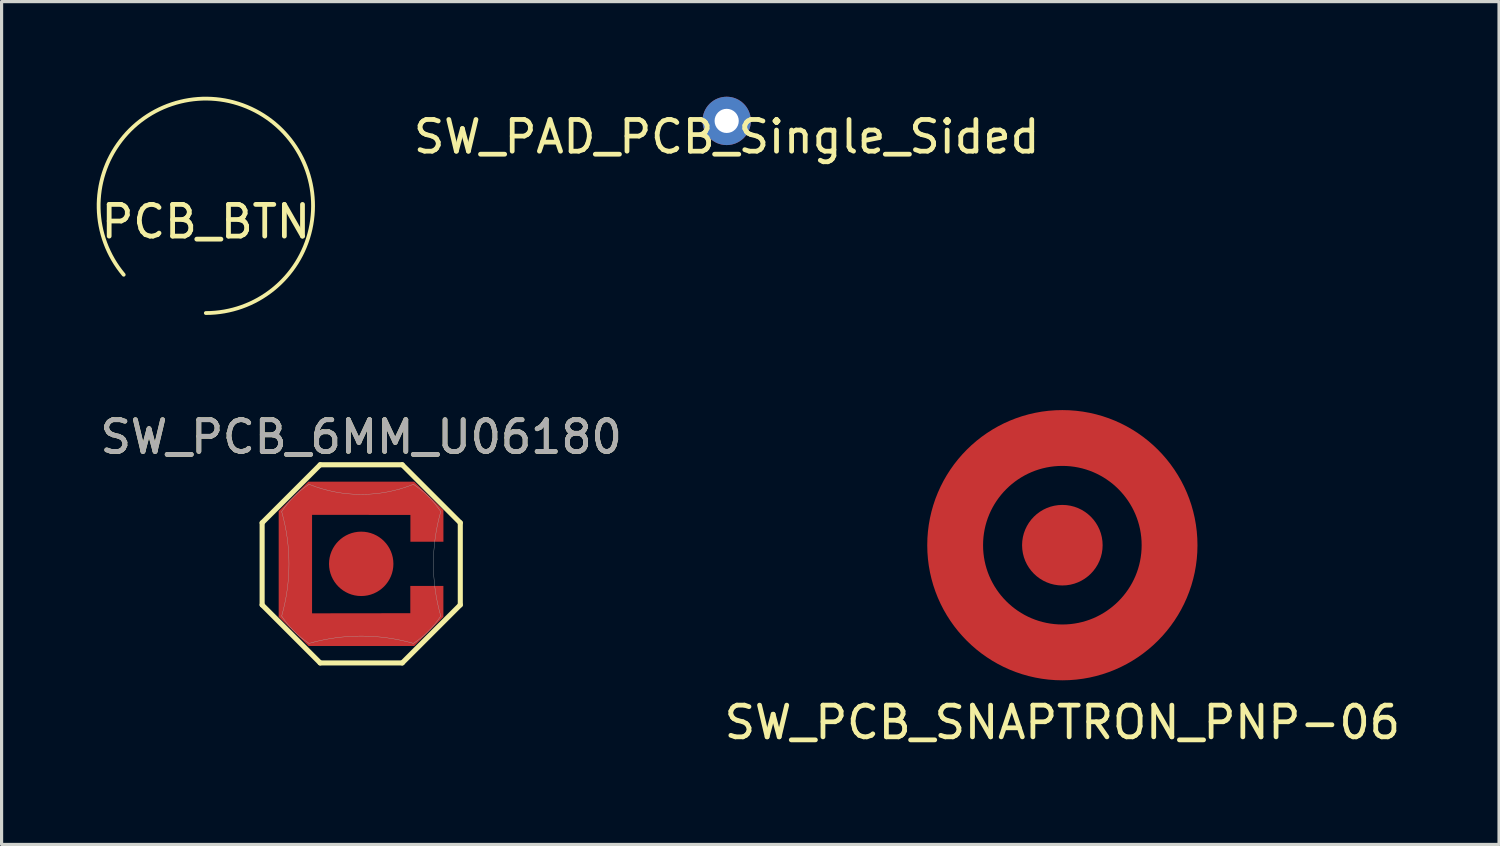
<source format=kicad_pcb>
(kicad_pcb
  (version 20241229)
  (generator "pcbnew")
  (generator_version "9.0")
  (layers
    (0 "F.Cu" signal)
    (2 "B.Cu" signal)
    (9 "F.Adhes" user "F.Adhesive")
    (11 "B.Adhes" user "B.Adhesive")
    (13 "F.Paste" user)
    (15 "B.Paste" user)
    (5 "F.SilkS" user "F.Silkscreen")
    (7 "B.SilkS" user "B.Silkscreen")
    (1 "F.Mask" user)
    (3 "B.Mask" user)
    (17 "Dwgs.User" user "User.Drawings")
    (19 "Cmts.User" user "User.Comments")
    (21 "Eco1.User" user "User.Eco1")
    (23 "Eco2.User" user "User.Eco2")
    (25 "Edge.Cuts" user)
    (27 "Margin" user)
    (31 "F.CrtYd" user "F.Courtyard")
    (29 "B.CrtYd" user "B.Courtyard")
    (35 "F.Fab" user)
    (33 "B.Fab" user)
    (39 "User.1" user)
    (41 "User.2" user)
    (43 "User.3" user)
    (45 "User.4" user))
  (footprint "PCB_BTN"
    (layer "F.Cu")
    (at 3.44 3.44)
    (property "Reference" "PCB_BTN" (at 0 0.5 0) (layer "F.SilkS") (effects (font (size 1 1) (thickness 0.15))))
    (attr through_hole)
    (fp_arc (start -2.589578 2.1723) (mid 1.428688 -3.063275) (end 0 3.380059) (stroke (width 0.12) (type solid)) (layer "F.SilkS")))
  (footprint "SW_PCB_SNAPTRON_PNP-06"
    (layer "F.Cu")
    (at 30.446 14.14)
    (property "Reference" "SW_PCB_SNAPTRON_PNP-06" (at 0 5.588 0) (layer "F.SilkS") (effects (font (size 1 1) (thickness 0.15))))
    (attr through_hole)
    (fp_circle (center 0 0) (end 3.38 0) (stroke (width 1.76) (type solid)) (fill no) (layer "F.Cu"))
    (fp_circle (center 0 0) (end 3.38 0) (stroke (width 1.76) (type solid)) (fill no) (layer "F.Mask"))
    (fp_circle (center 0 0) (end 3.38 0) (stroke (width 1.76) (type solid)) (fill no) (layer "F.Paste"))
    (pad "1" smd circle (at 0 0) (size 2.54 2.54) (layers "F.Cu" "F.Mask" "F.Paste"))
    (pad "2" smd custom (at 3.38 0) (size 1 1) (layers "F.Cu" "F.Mask" "F.Paste") (options (anchor circle)) (primitives)))
  (footprint "SW_PCB_6MM_U06180"
    (layer "F.Cu")
    (at 8.339 14.728)
    (property "Reference" "SW_PCB_6MM_U06180" (at 0 -4 0) (layer "F.SilkS") (effects (font (size 1 1) (thickness 0.15))))
    (attr smd)
    (fp_line (start -3.124 -1.294) (end -3.124 1.294) (stroke (width 0.16) (type solid)) (layer "F.SilkS"))
    (fp_line (start -3.124 1.294) (end -1.294 3.124) (stroke (width 0.16) (type solid)) (layer "F.SilkS"))
    (fp_line (start -1.294 -3.124) (end -3.124 -1.294) (stroke (width 0.16) (type solid)) (layer "F.SilkS"))
    (fp_line (start -1.294 3.124) (end 1.294 3.124) (stroke (width 0.16) (type solid)) (layer "F.SilkS"))
    (fp_line (start 1.294 -3.124) (end -1.294 -3.124) (stroke (width 0.16) (type solid)) (layer "F.SilkS"))
    (fp_line (start 1.294 3.124) (end 3.124 1.294) (stroke (width 0.16) (type solid)) (layer "F.SilkS"))
    (fp_line (start 3.124 -1.294) (end 1.294 -3.124) (stroke (width 0.16) (type solid)) (layer "F.SilkS"))
    (fp_line (start 3.124 1.294) (end 3.124 -1.294) (stroke (width 0.16) (type solid)) (layer "F.SilkS"))
    (fp_arc (start -2.50851 -1.645222) (mid -2.121576 -2.120918) (end -1.646 -2.508) (stroke (width 0.01) (type solid)) (layer "F.Fab"))
    (fp_arc (start -2.50784 -1.645439) (mid -2.277815 0.000292) (end -2.508 1.646) (stroke (width 0.01) (type solid)) (layer "F.Fab"))
    (fp_arc (start -1.645439 2.50784) (mid 0.000292 2.277815) (end 1.646 2.508) (stroke (width 0.01) (type solid)) (layer "F.Fab"))
    (fp_arc (start -1.645222 2.50851) (mid -2.120918 2.121576) (end -2.508 1.646) (stroke (width 0.01) (type solid)) (layer "F.Fab"))
    (fp_arc (start 1.645222 -2.50851) (mid 2.120918 -2.121576) (end 2.508 -1.646) (stroke (width 0.01) (type solid)) (layer "F.Fab"))
    (fp_arc (start 1.645868 -2.507947) (mid -0.000071 -2.189139) (end -1.646 -2.508) (stroke (width 0.01) (type solid)) (layer "F.Fab"))
    (fp_arc (start 2.507938 1.645784) (mid 2.277123 -0.000112) (end 2.508 -1.646) (stroke (width 0.01) (type solid)) (layer "F.Fab"))
    (fp_arc (start 2.50851 1.645222) (mid 2.121576 2.120918) (end 1.646 2.508) (stroke (width 0.01) (type solid)) (layer "F.Fab"))
    (fp_text user "${REFERENCE}" (at 0 -4 0) (layer "F.Fab") (effects (font (size 1 1) (thickness 0.15))))
    (pad "1" smd circle (at 0 0) (size 2.03 2.03) (layers "F.Cu" "F.Mask" "F.Paste"))
    (pad "2" smd circle (at -2.1 0) (size 0.538 0.538) (layers "F.Cu" "F.Mask" "F.Paste"))
    (pad "2" smd circle (at 0 -2.1) (size 0.538 0.538) (layers "F.Cu" "F.Mask" "F.Paste"))
    (pad "2" smd circle (at 0 2.1) (size 0.538 0.538) (layers "F.Cu" "F.Mask" "F.Paste"))
    (pad "2" smd custom (at 2.062 1.116) (size 0.538 0.538) (layers "F.Cu" "F.Mask" "F.Paste") (options (anchor circle)) (primitives (gr_poly (pts (xy -0.511 -1.814) (xy -0.511 -2.658) (xy -3.612 -2.661) (xy -3.612 0.444) (xy -0.514 0.44) (xy -0.514 -0.419) (xy 0.529 -0.419) (xy 0.529 0.556) (xy -0.392 1.474) (xy -3.72 1.474) (xy -4.664 0.557) (xy -4.664 -2.776) (xy -3.728 -3.708) (xy -0.395 -3.708) (xy 0.53 -2.809) (xy 0.53 -1.814)) (width 0) (fill yes))))
    (pad "2" smd circle (at 2.1 -1.2) (size 0.538 0.538) (layers "F.Cu" "F.Mask" "F.Paste")))
  (footprint "SW_PAD_PCB_Single_Sided"
    (layer "F.Cu")
    (at 19.862 0.762)
    (property "Reference" "SW_PAD_PCB_Single_Sided" (at 0 0.5 0) (layer "F.SilkS") (effects (font (size 1 1) (thickness 0.15))))
    (attr through_hole)
    (pad "1" thru_hole circle (at 0 0) (size 1.524 1.524) (drill 0.762) (layers "*.Cu" "*.Mask")))
  (gr_rect
    (start -3 -3)
    (end 44.214 23.576)
    (stroke (width 0.1) (type default))
    (fill no)
    (layer "Edge.Cuts")))
</source>
